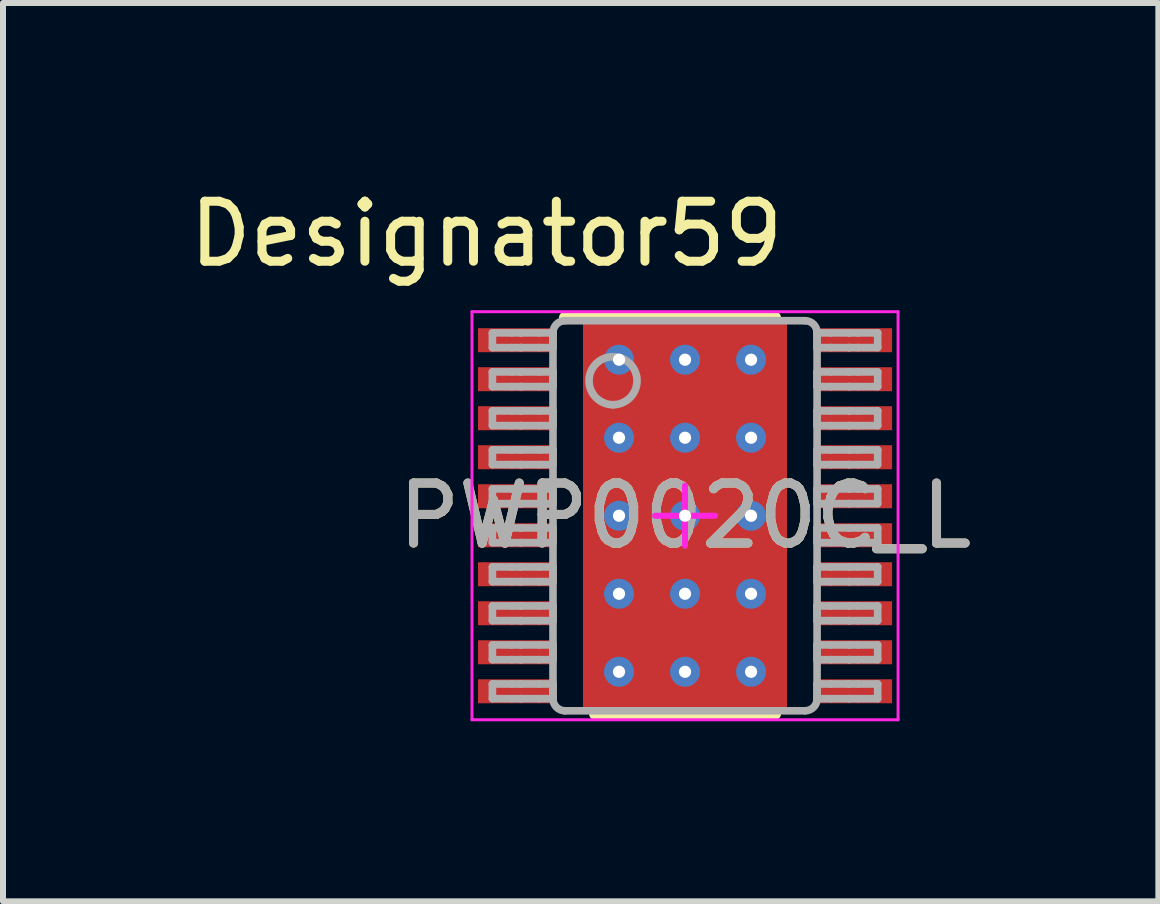
<source format=kicad_pcb>
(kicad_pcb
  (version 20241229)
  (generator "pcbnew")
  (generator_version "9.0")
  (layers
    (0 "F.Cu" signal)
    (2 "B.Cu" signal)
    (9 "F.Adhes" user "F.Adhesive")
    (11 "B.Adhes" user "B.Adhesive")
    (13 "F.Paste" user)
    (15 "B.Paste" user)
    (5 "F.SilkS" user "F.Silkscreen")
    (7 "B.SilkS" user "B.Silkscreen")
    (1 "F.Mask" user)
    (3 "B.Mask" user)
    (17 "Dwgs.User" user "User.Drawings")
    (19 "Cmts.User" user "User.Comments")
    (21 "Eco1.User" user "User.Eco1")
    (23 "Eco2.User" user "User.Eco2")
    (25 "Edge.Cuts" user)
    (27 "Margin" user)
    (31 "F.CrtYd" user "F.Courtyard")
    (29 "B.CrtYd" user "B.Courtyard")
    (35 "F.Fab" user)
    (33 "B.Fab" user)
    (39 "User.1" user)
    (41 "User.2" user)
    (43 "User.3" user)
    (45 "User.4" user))
  (footprint "PWP0020C_L"
    (layer "F.Cu")
    (at 8.365 5.544)
    (property "Reference" "PWP0020C_L" (at 0 0 0) (unlocked yes) (layer "F.SilkS") (effects (font (size 1 1) (thickness 0.15))))
    (attr smd)
    (fp_poly (pts (xy -1.2 1.642) (xy -1.2 -1.642) (xy -1.199 -1.651) (xy -1.196 -1.66) (xy -1.192 -1.669) (xy -1.186 -1.676) (xy -1.179 -1.682) (xy -1.17 -1.686) (xy -1.161 -1.689) (xy -1.152 -1.69) (xy 1.152 -1.69) (xy 1.161 -1.689) (xy 1.17 -1.686) (xy 1.179 -1.682) (xy 1.186 -1.676) (xy 1.192 -1.669) (xy 1.196 -1.66) (xy 1.199 -1.651) (xy 1.2 -1.642) (xy 1.2 1.642) (xy 1.199 1.651) (xy 1.196 1.66) (xy 1.192 1.669) (xy 1.186 1.676) (xy 1.179 1.682) (xy 1.17 1.686) (xy 1.161 1.689) (xy 1.152 1.69) (xy -1.152 1.69) (xy -1.161 1.689) (xy -1.17 1.686) (xy -1.179 1.682) (xy -1.186 1.676) (xy -1.192 1.669) (xy -1.196 1.66) (xy -1.199 1.651)) (stroke (width 0) (type solid)) (fill yes) (layer "F.Mask"))
    (fp_line (start -2 -3.3) (end 1.5 -3.3) (stroke (width 0.2) (type solid)) (layer "F.SilkS"))
    (fp_line (start -1.5 3.3) (end 1.5 3.3) (stroke (width 0.2) (type solid)) (layer "F.SilkS"))
    (fp_poly (pts (xy -1.2 1.642) (xy -1.2 -1.642) (xy -1.199 -1.651) (xy -1.196 -1.66) (xy -1.192 -1.669) (xy -1.186 -1.676) (xy -1.179 -1.682) (xy -1.17 -1.686) (xy -1.161 -1.689) (xy -1.152 -1.69) (xy 1.152 -1.69) (xy 1.161 -1.689) (xy 1.17 -1.686) (xy 1.179 -1.682) (xy 1.186 -1.676) (xy 1.192 -1.669) (xy 1.196 -1.66) (xy 1.199 -1.651) (xy 1.2 -1.642) (xy 1.2 1.642) (xy 1.199 1.651) (xy 1.196 1.66) (xy 1.192 1.669) (xy 1.186 1.676) (xy 1.179 1.682) (xy 1.17 1.686) (xy 1.161 1.689) (xy 1.152 1.69) (xy -1.152 1.69) (xy -1.161 1.689) (xy -1.17 1.686) (xy -1.179 1.682) (xy -1.186 1.676) (xy -1.192 1.669) (xy -1.196 1.66) (xy -1.199 1.651)) (stroke (width 0) (type solid)) (fill yes) (layer "F.Paste"))
    (fp_line (start -3.55 -3.4) (end 3.55 -3.4) (stroke (width 0.05) (type solid)) (layer "F.CrtYd"))
    (fp_line (start -3.55 3.4) (end -3.55 -3.4) (stroke (width 0.05) (type solid)) (layer "F.CrtYd"))
    (fp_line (start -3.55 3.4) (end 3.55 3.4) (stroke (width 0.05) (type solid)) (layer "F.CrtYd"))
    (fp_line (start -0.5 0) (end 0.5 0) (stroke (width 0.1) (type solid)) (layer "F.CrtYd"))
    (fp_line (start -0.000003 0.5) (end -0.000003 -0.5) (stroke (width 0.1) (type solid)) (layer "F.CrtYd"))
    (fp_line (start 3.55 3.4) (end 3.55 -3.4) (stroke (width 0.05) (type solid)) (layer "F.CrtYd"))
    (fp_line (start -3.21 -3.047) (end -2.887 -3.047) (stroke (width 0.127) (type solid)) (layer "F.Fab"))
    (fp_line (start -3.21 -2.802) (end -3.21 -3.047) (stroke (width 0.127) (type solid)) (layer "F.Fab"))
    (fp_line (start -3.21 -2.802) (end -2.887 -2.802) (stroke (width 0.127) (type solid)) (layer "F.Fab"))
    (fp_line (start -3.21 -2.397) (end -2.887 -2.397) (stroke (width 0.127) (type solid)) (layer "F.Fab"))
    (fp_line (start -3.21 -2.152) (end -3.21 -2.397) (stroke (width 0.127) (type solid)) (layer "F.Fab"))
    (fp_line (start -3.21 -2.152) (end -2.887 -2.152) (stroke (width 0.127) (type solid)) (layer "F.Fab"))
    (fp_line (start -3.21 -1.747) (end -2.887 -1.747) (stroke (width 0.127) (type solid)) (layer "F.Fab"))
    (fp_line (start -3.21 -1.502) (end -3.21 -1.747) (stroke (width 0.127) (type solid)) (layer "F.Fab"))
    (fp_line (start -3.21 -1.502) (end -2.887 -1.502) (stroke (width 0.127) (type solid)) (layer "F.Fab"))
    (fp_line (start -3.21 -1.097) (end -2.887 -1.097) (stroke (width 0.127) (type solid)) (layer "F.Fab"))
    (fp_line (start -3.21 -0.852) (end -3.21 -1.097) (stroke (width 0.127) (type solid)) (layer "F.Fab"))
    (fp_line (start -3.21 -0.852) (end -2.887 -0.852) (stroke (width 0.127) (type solid)) (layer "F.Fab"))
    (fp_line (start -3.21 -0.447) (end -2.887 -0.447) (stroke (width 0.127) (type solid)) (layer "F.Fab"))
    (fp_line (start -3.21 -0.202) (end -3.21 -0.447) (stroke (width 0.127) (type solid)) (layer "F.Fab"))
    (fp_line (start -3.21 -0.202) (end -2.887 -0.202) (stroke (width 0.127) (type solid)) (layer "F.Fab"))
    (fp_line (start -3.21 0.203) (end -2.887 0.203) (stroke (width 0.127) (type solid)) (layer "F.Fab"))
    (fp_line (start -3.21 0.448) (end -3.21 0.203) (stroke (width 0.127) (type solid)) (layer "F.Fab"))
    (fp_line (start -3.21 0.448) (end -2.887 0.448) (stroke (width 0.127) (type solid)) (layer "F.Fab"))
    (fp_line (start -3.21 0.853) (end -2.887 0.853) (stroke (width 0.127) (type solid)) (layer "F.Fab"))
    (fp_line (start -3.21 1.098) (end -3.21 0.853) (stroke (width 0.127) (type solid)) (layer "F.Fab"))
    (fp_line (start -3.21 1.098) (end -2.887 1.098) (stroke (width 0.127) (type solid)) (layer "F.Fab"))
    (fp_line (start -3.21 1.503) (end -2.887 1.503) (stroke (width 0.127) (type solid)) (layer "F.Fab"))
    (fp_line (start -3.21 1.748) (end -3.21 1.503) (stroke (width 0.127) (type solid)) (layer "F.Fab"))
    (fp_line (start -3.21 1.748) (end -2.887 1.748) (stroke (width 0.127) (type solid)) (layer "F.Fab"))
    (fp_line (start -3.21 2.153) (end -2.887 2.153) (stroke (width 0.127) (type solid)) (layer "F.Fab"))
    (fp_line (start -3.21 2.398) (end -3.21 2.153) (stroke (width 0.127) (type solid)) (layer "F.Fab"))
    (fp_line (start -3.21 2.398) (end -2.887 2.398) (stroke (width 0.127) (type solid)) (layer "F.Fab"))
    (fp_line (start -3.21 2.803) (end -2.887 2.803) (stroke (width 0.127) (type solid)) (layer "F.Fab"))
    (fp_line (start -3.21 3.048) (end -3.21 2.803) (stroke (width 0.127) (type solid)) (layer "F.Fab"))
    (fp_line (start -3.21 3.048) (end -2.887 3.048) (stroke (width 0.127) (type solid)) (layer "F.Fab"))
    (fp_line (start -2.887 -3.047) (end -2.739 -3.047) (stroke (width 0.127) (type solid)) (layer "F.Fab"))
    (fp_line (start -2.887 -2.802) (end -2.739 -2.802) (stroke (width 0.127) (type solid)) (layer "F.Fab"))
    (fp_line (start -2.887 -2.397) (end -2.739 -2.397) (stroke (width 0.127) (type solid)) (layer "F.Fab"))
    (fp_line (start -2.887 -2.152) (end -2.739 -2.152) (stroke (width 0.127) (type solid)) (layer "F.Fab"))
    (fp_line (start -2.887 -1.747) (end -2.739 -1.747) (stroke (width 0.127) (type solid)) (layer "F.Fab"))
    (fp_line (start -2.887 -1.502) (end -2.739 -1.502) (stroke (width 0.127) (type solid)) (layer "F.Fab"))
    (fp_line (start -2.887 -1.097) (end -2.739 -1.097) (stroke (width 0.127) (type solid)) (layer "F.Fab"))
    (fp_line (start -2.887 -0.852) (end -2.739 -0.852) (stroke (width 0.127) (type solid)) (layer "F.Fab"))
    (fp_line (start -2.887 -0.447) (end -2.739 -0.447) (stroke (width 0.127) (type solid)) (layer "F.Fab"))
    (fp_line (start -2.887 -0.202) (end -2.739 -0.202) (stroke (width 0.127) (type solid)) (layer "F.Fab"))
    (fp_line (start -2.887 0.203) (end -2.739 0.203) (stroke (width 0.127) (type solid)) (layer "F.Fab"))
    (fp_line (start -2.887 0.448) (end -2.739 0.448) (stroke (width 0.127) (type solid)) (layer "F.Fab"))
    (fp_line (start -2.887 0.853) (end -2.739 0.853) (stroke (width 0.127) (type solid)) (layer "F.Fab"))
    (fp_line (start -2.887 1.098) (end -2.739 1.098) (stroke (width 0.127) (type solid)) (layer "F.Fab"))
    (fp_line (start -2.887 1.503) (end -2.739 1.503) (stroke (width 0.127) (type solid)) (layer "F.Fab"))
    (fp_line (start -2.887 1.748) (end -2.739 1.748) (stroke (width 0.127) (type solid)) (layer "F.Fab"))
    (fp_line (start -2.887 2.153) (end -2.739 2.153) (stroke (width 0.127) (type solid)) (layer "F.Fab"))
    (fp_line (start -2.887 2.398) (end -2.739 2.398) (stroke (width 0.127) (type solid)) (layer "F.Fab"))
    (fp_line (start -2.887 2.803) (end -2.739 2.803) (stroke (width 0.127) (type solid)) (layer "F.Fab"))
    (fp_line (start -2.887 3.048) (end -2.739 3.048) (stroke (width 0.127) (type solid)) (layer "F.Fab"))
    (fp_line (start -2.739 -3.047) (end -2.733 -3.047) (stroke (width 0.127) (type solid)) (layer "F.Fab"))
    (fp_line (start -2.739 -2.802) (end -2.733 -2.802) (stroke (width 0.127) (type solid)) (layer "F.Fab"))
    (fp_line (start -2.739 -2.397) (end -2.733 -2.397) (stroke (width 0.127) (type solid)) (layer "F.Fab"))
    (fp_line (start -2.739 -2.152) (end -2.733 -2.152) (stroke (width 0.127) (type solid)) (layer "F.Fab"))
    (fp_line (start -2.739 -1.747) (end -2.733 -1.747) (stroke (width 0.127) (type solid)) (layer "F.Fab"))
    (fp_line (start -2.739 -1.502) (end -2.733 -1.502) (stroke (width 0.127) (type solid)) (layer "F.Fab"))
    (fp_line (start -2.739 -1.097) (end -2.733 -1.097) (stroke (width 0.127) (type solid)) (layer "F.Fab"))
    (fp_line (start -2.739 -0.852) (end -2.733 -0.852) (stroke (width 0.127) (type solid)) (layer "F.Fab"))
    (fp_line (start -2.739 -0.447) (end -2.733 -0.447) (stroke (width 0.127) (type solid)) (layer "F.Fab"))
    (fp_line (start -2.739 -0.202) (end -2.733 -0.202) (stroke (width 0.127) (type solid)) (layer "F.Fab"))
    (fp_line (start -2.739 0.203) (end -2.733 0.203) (stroke (width 0.127) (type solid)) (layer "F.Fab"))
    (fp_line (start -2.739 0.448) (end -2.733 0.448) (stroke (width 0.127) (type solid)) (layer "F.Fab"))
    (fp_line (start -2.739 0.853) (end -2.733 0.853) (stroke (width 0.127) (type solid)) (layer "F.Fab"))
    (fp_line (start -2.739 1.098) (end -2.733 1.098) (stroke (width 0.127) (type solid)) (layer "F.Fab"))
    (fp_line (start -2.739 1.503) (end -2.733 1.503) (stroke (width 0.127) (type solid)) (layer "F.Fab"))
    (fp_line (start -2.739 1.748) (end -2.733 1.748) (stroke (width 0.127) (type solid)) (layer "F.Fab"))
    (fp_line (start -2.739 2.153) (end -2.733 2.153) (stroke (width 0.127) (type solid)) (layer "F.Fab"))
    (fp_line (start -2.739 2.398) (end -2.733 2.398) (stroke (width 0.127) (type solid)) (layer "F.Fab"))
    (fp_line (start -2.739 2.803) (end -2.733 2.803) (stroke (width 0.127) (type solid)) (layer "F.Fab"))
    (fp_line (start -2.739 3.048) (end -2.733 3.048) (stroke (width 0.127) (type solid)) (layer "F.Fab"))
    (fp_line (start -2.733 -3.047) (end -2.431 -3.047) (stroke (width 0.127) (type solid)) (layer "F.Fab"))
    (fp_line (start -2.733 -2.802) (end -2.431 -2.802) (stroke (width 0.127) (type solid)) (layer "F.Fab"))
    (fp_line (start -2.733 -2.397) (end -2.431 -2.397) (stroke (width 0.127) (type solid)) (layer "F.Fab"))
    (fp_line (start -2.733 -2.152) (end -2.431 -2.152) (stroke (width 0.127) (type solid)) (layer "F.Fab"))
    (fp_line (start -2.733 -1.747) (end -2.431 -1.747) (stroke (width 0.127) (type solid)) (layer "F.Fab"))
    (fp_line (start -2.733 -1.502) (end -2.431 -1.502) (stroke (width 0.127) (type solid)) (layer "F.Fab"))
    (fp_line (start -2.733 -1.097) (end -2.431 -1.097) (stroke (width 0.127) (type solid)) (layer "F.Fab"))
    (fp_line (start -2.733 -0.852) (end -2.431 -0.852) (stroke (width 0.127) (type solid)) (layer "F.Fab"))
    (fp_line (start -2.733 -0.447) (end -2.431 -0.447) (stroke (width 0.127) (type solid)) (layer "F.Fab"))
    (fp_line (start -2.733 -0.202) (end -2.431 -0.202) (stroke (width 0.127) (type solid)) (layer "F.Fab"))
    (fp_line (start -2.733 0.203) (end -2.431 0.203) (stroke (width 0.127) (type solid)) (layer "F.Fab"))
    (fp_line (start -2.733 0.448) (end -2.431 0.448) (stroke (width 0.127) (type solid)) (layer "F.Fab"))
    (fp_line (start -2.733 0.853) (end -2.431 0.853) (stroke (width 0.127) (type solid)) (layer "F.Fab"))
    (fp_line (start -2.733 1.098) (end -2.431 1.098) (stroke (width 0.127) (type solid)) (layer "F.Fab"))
    (fp_line (start -2.733 1.503) (end -2.431 1.503) (stroke (width 0.127) (type solid)) (layer "F.Fab"))
    (fp_line (start -2.733 1.748) (end -2.431 1.748) (stroke (width 0.127) (type solid)) (layer "F.Fab"))
    (fp_line (start -2.733 2.153) (end -2.431 2.153) (stroke (width 0.127) (type solid)) (layer "F.Fab"))
    (fp_line (start -2.733 2.398) (end -2.431 2.398) (stroke (width 0.127) (type solid)) (layer "F.Fab"))
    (fp_line (start -2.733 2.803) (end -2.431 2.803) (stroke (width 0.127) (type solid)) (layer "F.Fab"))
    (fp_line (start -2.733 3.048) (end -2.431 3.048) (stroke (width 0.127) (type solid)) (layer "F.Fab"))
    (fp_line (start -2.431 -3.047) (end -2.2 -3.047) (stroke (width 0.127) (type solid)) (layer "F.Fab"))
    (fp_line (start -2.431 -2.802) (end -2.2 -2.802) (stroke (width 0.127) (type solid)) (layer "F.Fab"))
    (fp_line (start -2.431 -2.397) (end -2.2 -2.397) (stroke (width 0.127) (type solid)) (layer "F.Fab"))
    (fp_line (start -2.431 -2.152) (end -2.2 -2.152) (stroke (width 0.127) (type solid)) (layer "F.Fab"))
    (fp_line (start -2.431 -1.747) (end -2.2 -1.747) (stroke (width 0.127) (type solid)) (layer "F.Fab"))
    (fp_line (start -2.431 -1.502) (end -2.2 -1.502) (stroke (width 0.127) (type solid)) (layer "F.Fab"))
    (fp_line (start -2.431 -1.097) (end -2.2 -1.097) (stroke (width 0.127) (type solid)) (layer "F.Fab"))
    (fp_line (start -2.431 -0.852) (end -2.2 -0.852) (stroke (width 0.127) (type solid)) (layer "F.Fab"))
    (fp_line (start -2.431 -0.447) (end -2.2 -0.447) (stroke (width 0.127) (type solid)) (layer "F.Fab"))
    (fp_line (start -2.431 -0.202) (end -2.2 -0.202) (stroke (width 0.127) (type solid)) (layer "F.Fab"))
    (fp_line (start -2.431 0.203) (end -2.2 0.203) (stroke (width 0.127) (type solid)) (layer "F.Fab"))
    (fp_line (start -2.431 0.448) (end -2.2 0.448) (stroke (width 0.127) (type solid)) (layer "F.Fab"))
    (fp_line (start -2.431 0.853) (end -2.2 0.853) (stroke (width 0.127) (type solid)) (layer "F.Fab"))
    (fp_line (start -2.431 1.098) (end -2.2 1.098) (stroke (width 0.127) (type solid)) (layer "F.Fab"))
    (fp_line (start -2.431 1.503) (end -2.2 1.503) (stroke (width 0.127) (type solid)) (layer "F.Fab"))
    (fp_line (start -2.431 1.748) (end -2.2 1.748) (stroke (width 0.127) (type solid)) (layer "F.Fab"))
    (fp_line (start -2.431 2.153) (end -2.2 2.153) (stroke (width 0.127) (type solid)) (layer "F.Fab"))
    (fp_line (start -2.431 2.398) (end -2.2 2.398) (stroke (width 0.127) (type solid)) (layer "F.Fab"))
    (fp_line (start -2.431 2.803) (end -2.2 2.803) (stroke (width 0.127) (type solid)) (layer "F.Fab"))
    (fp_line (start -2.431 3.048) (end -2.2 3.048) (stroke (width 0.127) (type solid)) (layer "F.Fab"))
    (fp_line (start -2.2 -2.802) (end -2.2 -3.047) (stroke (width 0.127) (type solid)) (layer "F.Fab"))
    (fp_line (start -2.2 -2.152) (end -2.2 -2.397) (stroke (width 0.127) (type solid)) (layer "F.Fab"))
    (fp_line (start -2.2 -1.502) (end -2.2 -1.747) (stroke (width 0.127) (type solid)) (layer "F.Fab"))
    (fp_line (start -2.2 -0.852) (end -2.2 -1.097) (stroke (width 0.127) (type solid)) (layer "F.Fab"))
    (fp_line (start -2.2 -0.202) (end -2.2 -0.447) (stroke (width 0.127) (type solid)) (layer "F.Fab"))
    (fp_line (start -2.2 0.448) (end -2.2 0.203) (stroke (width 0.127) (type solid)) (layer "F.Fab"))
    (fp_line (start -2.2 1.098) (end -2.2 0.853) (stroke (width 0.127) (type solid)) (layer "F.Fab"))
    (fp_line (start -2.2 1.748) (end -2.2 1.503) (stroke (width 0.127) (type solid)) (layer "F.Fab"))
    (fp_line (start -2.2 2.398) (end -2.2 2.153) (stroke (width 0.127) (type solid)) (layer "F.Fab"))
    (fp_line (start -2.2 3.048) (end -2.2 2.803) (stroke (width 0.127) (type solid)) (layer "F.Fab"))
    (fp_line (start -2.2 3.05) (end -2.2 -3.05) (stroke (width 0.127) (type solid)) (layer "F.Fab"))
    (fp_line (start -2 -3.25) (end 2 -3.25) (stroke (width 0.127) (type solid)) (layer "F.Fab"))
    (fp_line (start -2 3.25) (end 2 3.25) (stroke (width 0.127) (type solid)) (layer "F.Fab"))
    (fp_line (start 2.2 -3.047) (end 2.43 -3.047) (stroke (width 0.127) (type solid)) (layer "F.Fab"))
    (fp_line (start 2.2 -2.802) (end 2.2 -3.047) (stroke (width 0.127) (type solid)) (layer "F.Fab"))
    (fp_line (start 2.2 -2.802) (end 2.43 -2.802) (stroke (width 0.127) (type solid)) (layer "F.Fab"))
    (fp_line (start 2.2 -2.397) (end 2.43 -2.397) (stroke (width 0.127) (type solid)) (layer "F.Fab"))
    (fp_line (start 2.2 -2.152) (end 2.2 -2.397) (stroke (width 0.127) (type solid)) (layer "F.Fab"))
    (fp_line (start 2.2 -2.152) (end 2.43 -2.152) (stroke (width 0.127) (type solid)) (layer "F.Fab"))
    (fp_line (start 2.2 -1.747) (end 2.43 -1.747) (stroke (width 0.127) (type solid)) (layer "F.Fab"))
    (fp_line (start 2.2 -1.502) (end 2.2 -1.747) (stroke (width 0.127) (type solid)) (layer "F.Fab"))
    (fp_line (start 2.2 -1.502) (end 2.43 -1.502) (stroke (width 0.127) (type solid)) (layer "F.Fab"))
    (fp_line (start 2.2 -1.097) (end 2.43 -1.097) (stroke (width 0.127) (type solid)) (layer "F.Fab"))
    (fp_line (start 2.2 -0.852) (end 2.2 -1.097) (stroke (width 0.127) (type solid)) (layer "F.Fab"))
    (fp_line (start 2.2 -0.852) (end 2.43 -0.852) (stroke (width 0.127) (type solid)) (layer "F.Fab"))
    (fp_line (start 2.2 -0.447) (end 2.43 -0.447) (stroke (width 0.127) (type solid)) (layer "F.Fab"))
    (fp_line (start 2.2 -0.202) (end 2.2 -0.447) (stroke (width 0.127) (type solid)) (layer "F.Fab"))
    (fp_line (start 2.2 -0.202) (end 2.43 -0.202) (stroke (width 0.127) (type solid)) (layer "F.Fab"))
    (fp_line (start 2.2 0.203) (end 2.43 0.203) (stroke (width 0.127) (type solid)) (layer "F.Fab"))
    (fp_line (start 2.2 0.448) (end 2.2 0.203) (stroke (width 0.127) (type solid)) (layer "F.Fab"))
    (fp_line (start 2.2 0.448) (end 2.43 0.448) (stroke (width 0.127) (type solid)) (layer "F.Fab"))
    (fp_line (start 2.2 0.853) (end 2.43 0.853) (stroke (width 0.127) (type solid)) (layer "F.Fab"))
    (fp_line (start 2.2 1.098) (end 2.2 0.853) (stroke (width 0.127) (type solid)) (layer "F.Fab"))
    (fp_line (start 2.2 1.098) (end 2.43 1.098) (stroke (width 0.127) (type solid)) (layer "F.Fab"))
    (fp_line (start 2.2 1.503) (end 2.43 1.503) (stroke (width 0.127) (type solid)) (layer "F.Fab"))
    (fp_line (start 2.2 1.748) (end 2.2 1.503) (stroke (width 0.127) (type solid)) (layer "F.Fab"))
    (fp_line (start 2.2 1.748) (end 2.43 1.748) (stroke (width 0.127) (type solid)) (layer "F.Fab"))
    (fp_line (start 2.2 2.153) (end 2.43 2.153) (stroke (width 0.127) (type solid)) (layer "F.Fab"))
    (fp_line (start 2.2 2.398) (end 2.2 2.153) (stroke (width 0.127) (type solid)) (layer "F.Fab"))
    (fp_line (start 2.2 2.398) (end 2.43 2.398) (stroke (width 0.127) (type solid)) (layer "F.Fab"))
    (fp_line (start 2.2 2.803) (end 2.43 2.803) (stroke (width 0.127) (type solid)) (layer "F.Fab"))
    (fp_line (start 2.2 3.048) (end 2.2 2.803) (stroke (width 0.127) (type solid)) (layer "F.Fab"))
    (fp_line (start 2.2 3.048) (end 2.43 3.048) (stroke (width 0.127) (type solid)) (layer "F.Fab"))
    (fp_line (start 2.2 3.05) (end 2.2 -3.05) (stroke (width 0.127) (type solid)) (layer "F.Fab"))
    (fp_line (start 2.43 -3.047) (end 2.733 -3.047) (stroke (width 0.127) (type solid)) (layer "F.Fab"))
    (fp_line (start 2.43 -2.802) (end 2.733 -2.802) (stroke (width 0.127) (type solid)) (layer "F.Fab"))
    (fp_line (start 2.43 -2.397) (end 2.733 -2.397) (stroke (width 0.127) (type solid)) (layer "F.Fab"))
    (fp_line (start 2.43 -2.152) (end 2.733 -2.152) (stroke (width 0.127) (type solid)) (layer "F.Fab"))
    (fp_line (start 2.43 -1.747) (end 2.733 -1.747) (stroke (width 0.127) (type solid)) (layer "F.Fab"))
    (fp_line (start 2.43 -1.502) (end 2.733 -1.502) (stroke (width 0.127) (type solid)) (layer "F.Fab"))
    (fp_line (start 2.43 -1.097) (end 2.733 -1.097) (stroke (width 0.127) (type solid)) (layer "F.Fab"))
    (fp_line (start 2.43 -0.852) (end 2.733 -0.852) (stroke (width 0.127) (type solid)) (layer "F.Fab"))
    (fp_line (start 2.43 -0.447) (end 2.733 -0.447) (stroke (width 0.127) (type solid)) (layer "F.Fab"))
    (fp_line (start 2.43 -0.202) (end 2.733 -0.202) (stroke (width 0.127) (type solid)) (layer "F.Fab"))
    (fp_line (start 2.43 0.203) (end 2.733 0.203) (stroke (width 0.127) (type solid)) (layer "F.Fab"))
    (fp_line (start 2.43 0.448) (end 2.733 0.448) (stroke (width 0.127) (type solid)) (layer "F.Fab"))
    (fp_line (start 2.43 0.853) (end 2.733 0.853) (stroke (width 0.127) (type solid)) (layer "F.Fab"))
    (fp_line (start 2.43 1.098) (end 2.733 1.098) (stroke (width 0.127) (type solid)) (layer "F.Fab"))
    (fp_line (start 2.43 1.503) (end 2.733 1.503) (stroke (width 0.127) (type solid)) (layer "F.Fab"))
    (fp_line (start 2.43 1.748) (end 2.733 1.748) (stroke (width 0.127) (type solid)) (layer "F.Fab"))
    (fp_line (start 2.43 2.153) (end 2.733 2.153) (stroke (width 0.127) (type solid)) (layer "F.Fab"))
    (fp_line (start 2.43 2.398) (end 2.733 2.398) (stroke (width 0.127) (type solid)) (layer "F.Fab"))
    (fp_line (start 2.43 2.803) (end 2.733 2.803) (stroke (width 0.127) (type solid)) (layer "F.Fab"))
    (fp_line (start 2.43 3.048) (end 2.733 3.048) (stroke (width 0.127) (type solid)) (layer "F.Fab"))
    (fp_line (start 2.733 -3.047) (end 2.739 -3.047) (stroke (width 0.127) (type solid)) (layer "F.Fab"))
    (fp_line (start 2.733 -2.802) (end 2.739 -2.802) (stroke (width 0.127) (type solid)) (layer "F.Fab"))
    (fp_line (start 2.733 -2.397) (end 2.739 -2.397) (stroke (width 0.127) (type solid)) (layer "F.Fab"))
    (fp_line (start 2.733 -2.152) (end 2.739 -2.152) (stroke (width 0.127) (type solid)) (layer "F.Fab"))
    (fp_line (start 2.733 -1.747) (end 2.739 -1.747) (stroke (width 0.127) (type solid)) (layer "F.Fab"))
    (fp_line (start 2.733 -1.502) (end 2.739 -1.502) (stroke (width 0.127) (type solid)) (layer "F.Fab"))
    (fp_line (start 2.733 -1.097) (end 2.739 -1.097) (stroke (width 0.127) (type solid)) (layer "F.Fab"))
    (fp_line (start 2.733 -0.852) (end 2.739 -0.852) (stroke (width 0.127) (type solid)) (layer "F.Fab"))
    (fp_line (start 2.733 -0.447) (end 2.739 -0.447) (stroke (width 0.127) (type solid)) (layer "F.Fab"))
    (fp_line (start 2.733 -0.202) (end 2.739 -0.202) (stroke (width 0.127) (type solid)) (layer "F.Fab"))
    (fp_line (start 2.733 0.203) (end 2.739 0.203) (stroke (width 0.127) (type solid)) (layer "F.Fab"))
    (fp_line (start 2.733 0.448) (end 2.739 0.448) (stroke (width 0.127) (type solid)) (layer "F.Fab"))
    (fp_line (start 2.733 0.853) (end 2.739 0.853) (stroke (width 0.127) (type solid)) (layer "F.Fab"))
    (fp_line (start 2.733 1.098) (end 2.739 1.098) (stroke (width 0.127) (type solid)) (layer "F.Fab"))
    (fp_line (start 2.733 1.503) (end 2.739 1.503) (stroke (width 0.127) (type solid)) (layer "F.Fab"))
    (fp_line (start 2.733 1.748) (end 2.739 1.748) (stroke (width 0.127) (type solid)) (layer "F.Fab"))
    (fp_line (start 2.733 2.153) (end 2.739 2.153) (stroke (width 0.127) (type solid)) (layer "F.Fab"))
    (fp_line (start 2.733 2.398) (end 2.739 2.398) (stroke (width 0.127) (type solid)) (layer "F.Fab"))
    (fp_line (start 2.733 2.803) (end 2.739 2.803) (stroke (width 0.127) (type solid)) (layer "F.Fab"))
    (fp_line (start 2.733 3.048) (end 2.739 3.048) (stroke (width 0.127) (type solid)) (layer "F.Fab"))
    (fp_line (start 2.739 -3.047) (end 2.887 -3.047) (stroke (width 0.127) (type solid)) (layer "F.Fab"))
    (fp_line (start 2.739 -2.802) (end 2.887 -2.802) (stroke (width 0.127) (type solid)) (layer "F.Fab"))
    (fp_line (start 2.739 -2.397) (end 2.887 -2.397) (stroke (width 0.127) (type solid)) (layer "F.Fab"))
    (fp_line (start 2.739 -2.152) (end 2.887 -2.152) (stroke (width 0.127) (type solid)) (layer "F.Fab"))
    (fp_line (start 2.739 -1.747) (end 2.887 -1.747) (stroke (width 0.127) (type solid)) (layer "F.Fab"))
    (fp_line (start 2.739 -1.502) (end 2.887 -1.502) (stroke (width 0.127) (type solid)) (layer "F.Fab"))
    (fp_line (start 2.739 -1.097) (end 2.887 -1.097) (stroke (width 0.127) (type solid)) (layer "F.Fab"))
    (fp_line (start 2.739 -0.852) (end 2.887 -0.852) (stroke (width 0.127) (type solid)) (layer "F.Fab"))
    (fp_line (start 2.739 -0.447) (end 2.887 -0.447) (stroke (width 0.127) (type solid)) (layer "F.Fab"))
    (fp_line (start 2.739 -0.202) (end 2.887 -0.202) (stroke (width 0.127) (type solid)) (layer "F.Fab"))
    (fp_line (start 2.739 0.203) (end 2.887 0.203) (stroke (width 0.127) (type solid)) (layer "F.Fab"))
    (fp_line (start 2.739 0.448) (end 2.887 0.448) (stroke (width 0.127) (type solid)) (layer "F.Fab"))
    (fp_line (start 2.739 0.853) (end 2.887 0.853) (stroke (width 0.127) (type solid)) (layer "F.Fab"))
    (fp_line (start 2.739 1.098) (end 2.887 1.098) (stroke (width 0.127) (type solid)) (layer "F.Fab"))
    (fp_line (start 2.739 1.503) (end 2.887 1.503) (stroke (width 0.127) (type solid)) (layer "F.Fab"))
    (fp_line (start 2.739 1.748) (end 2.887 1.748) (stroke (width 0.127) (type solid)) (layer "F.Fab"))
    (fp_line (start 2.739 2.153) (end 2.887 2.153) (stroke (width 0.127) (type solid)) (layer "F.Fab"))
    (fp_line (start 2.739 2.398) (end 2.887 2.398) (stroke (width 0.127) (type solid)) (layer "F.Fab"))
    (fp_line (start 2.739 2.803) (end 2.887 2.803) (stroke (width 0.127) (type solid)) (layer "F.Fab"))
    (fp_line (start 2.739 3.048) (end 2.887 3.048) (stroke (width 0.127) (type solid)) (layer "F.Fab"))
    (fp_line (start 2.887 -3.047) (end 3.21 -3.047) (stroke (width 0.127) (type solid)) (layer "F.Fab"))
    (fp_line (start 2.887 -2.802) (end 3.21 -2.802) (stroke (width 0.127) (type solid)) (layer "F.Fab"))
    (fp_line (start 2.887 -2.397) (end 3.21 -2.397) (stroke (width 0.127) (type solid)) (layer "F.Fab"))
    (fp_line (start 2.887 -2.152) (end 3.21 -2.152) (stroke (width 0.127) (type solid)) (layer "F.Fab"))
    (fp_line (start 2.887 -1.747) (end 3.21 -1.747) (stroke (width 0.127) (type solid)) (layer "F.Fab"))
    (fp_line (start 2.887 -1.502) (end 3.21 -1.502) (stroke (width 0.127) (type solid)) (layer "F.Fab"))
    (fp_line (start 2.887 -1.097) (end 3.21 -1.097) (stroke (width 0.127) (type solid)) (layer "F.Fab"))
    (fp_line (start 2.887 -0.852) (end 3.21 -0.852) (stroke (width 0.127) (type solid)) (layer "F.Fab"))
    (fp_line (start 2.887 -0.447) (end 3.21 -0.447) (stroke (width 0.127) (type solid)) (layer "F.Fab"))
    (fp_line (start 2.887 -0.202) (end 3.21 -0.202) (stroke (width 0.127) (type solid)) (layer "F.Fab"))
    (fp_line (start 2.887 0.203) (end 3.21 0.203) (stroke (width 0.127) (type solid)) (layer "F.Fab"))
    (fp_line (start 2.887 0.448) (end 3.21 0.448) (stroke (width 0.127) (type solid)) (layer "F.Fab"))
    (fp_line (start 2.887 0.853) (end 3.21 0.853) (stroke (width 0.127) (type solid)) (layer "F.Fab"))
    (fp_line (start 2.887 1.098) (end 3.21 1.098) (stroke (width 0.127) (type solid)) (layer "F.Fab"))
    (fp_line (start 2.887 1.503) (end 3.21 1.503) (stroke (width 0.127) (type solid)) (layer "F.Fab"))
    (fp_line (start 2.887 1.748) (end 3.21 1.748) (stroke (width 0.127) (type solid)) (layer "F.Fab"))
    (fp_line (start 2.887 2.153) (end 3.21 2.153) (stroke (width 0.127) (type solid)) (layer "F.Fab"))
    (fp_line (start 2.887 2.398) (end 3.21 2.398) (stroke (width 0.127) (type solid)) (layer "F.Fab"))
    (fp_line (start 2.887 2.803) (end 3.21 2.803) (stroke (width 0.127) (type solid)) (layer "F.Fab"))
    (fp_line (start 2.887 3.048) (end 3.21 3.048) (stroke (width 0.127) (type solid)) (layer "F.Fab"))
    (fp_line (start 3.21 -2.802) (end 3.21 -3.047) (stroke (width 0.127) (type solid)) (layer "F.Fab"))
    (fp_line (start 3.21 -2.152) (end 3.21 -2.397) (stroke (width 0.127) (type solid)) (layer "F.Fab"))
    (fp_line (start 3.21 -1.502) (end 3.21 -1.747) (stroke (width 0.127) (type solid)) (layer "F.Fab"))
    (fp_line (start 3.21 -0.852) (end 3.21 -1.097) (stroke (width 0.127) (type solid)) (layer "F.Fab"))
    (fp_line (start 3.21 -0.202) (end 3.21 -0.447) (stroke (width 0.127) (type solid)) (layer "F.Fab"))
    (fp_line (start 3.21 0.448) (end 3.21 0.203) (stroke (width 0.127) (type solid)) (layer "F.Fab"))
    (fp_line (start 3.21 1.098) (end 3.21 0.853) (stroke (width 0.127) (type solid)) (layer "F.Fab"))
    (fp_line (start 3.21 1.748) (end 3.21 1.503) (stroke (width 0.127) (type solid)) (layer "F.Fab"))
    (fp_line (start 3.21 2.398) (end 3.21 2.153) (stroke (width 0.127) (type solid)) (layer "F.Fab"))
    (fp_line (start 3.21 3.048) (end 3.21 2.803) (stroke (width 0.127) (type solid)) (layer "F.Fab"))
    (fp_arc (start -2.200001 -3.049986) (mid -2.141422 -3.191407) (end -2.000001 -3.249986) (stroke (width 0.127) (type solid)) (layer "F.Fab"))
    (fp_arc (start -2.000001 3.250001) (mid -2.141422 3.191423) (end -2.200001 3.050002) (stroke (width 0.127) (type solid)) (layer "F.Fab"))
    (fp_arc (start -1.200003 -2.649987) (mid -0.800003 -2.249988) (end -1.200003 -1.849989) (stroke (width 0.127) (type solid)) (layer "F.Fab"))
    (fp_arc (start -1.200003 -1.849989) (mid -1.600002 -2.249988) (end -1.200003 -2.649987) (stroke (width 0.127) (type solid)) (layer "F.Fab"))
    (fp_arc (start 1.999991 -3.249986) (mid 2.141412 -3.191407) (end 2.199991 -3.049986) (stroke (width 0.127) (type solid)) (layer "F.Fab"))
    (fp_arc (start 2.199991 3.050002) (mid 2.141412 3.191423) (end 1.999991 3.250001) (stroke (width 0.127) (type solid)) (layer "F.Fab"))
    (fp_text user "Designator59" (at -3.311 -4.696 0) (unlocked yes) (layer "F.SilkS") (effects (font (size 1 1) (thickness 0.15))))
    (fp_text user "${REFERENCE}" (at 0 0 0) (unlocked yes) (layer "F.Fab") (effects (font (size 1 1) (thickness 0.15))))
    (pad "1" smd rect (at -2.85 -2.925 90) (size 0.4 1.2) (layers "F.Cu" "F.Mask" "F.Paste"))
    (pad "2" smd rect (at -2.85 -2.275 90) (size 0.4 1.2) (layers "F.Cu" "F.Mask" "F.Paste"))
    (pad "3" smd rect (at -2.85 -1.625 90) (size 0.4 1.2) (layers "F.Cu" "F.Mask" "F.Paste"))
    (pad "4" smd rect (at -2.85 -0.975 90) (size 0.4 1.2) (layers "F.Cu" "F.Mask" "F.Paste"))
    (pad "5" smd rect (at -2.85 -0.325 90) (size 0.4 1.2) (layers "F.Cu" "F.Mask" "F.Paste"))
    (pad "6" smd rect (at -2.85 0.325 90) (size 0.4 1.2) (layers "F.Cu" "F.Mask" "F.Paste"))
    (pad "7" smd rect (at -2.85 0.975 90) (size 0.4 1.2) (layers "F.Cu" "F.Mask" "F.Paste"))
    (pad "8" smd rect (at -2.85 1.625 90) (size 0.4 1.2) (layers "F.Cu" "F.Mask" "F.Paste"))
    (pad "9" smd rect (at -2.85 2.275 90) (size 0.4 1.2) (layers "F.Cu" "F.Mask" "F.Paste"))
    (pad "10" smd rect (at -2.85 2.925 90) (size 0.4 1.2) (layers "F.Cu" "F.Mask" "F.Paste"))
    (pad "11" smd rect (at 2.85 2.925 90) (size 0.4 1.2) (layers "F.Cu" "F.Mask" "F.Paste"))
    (pad "12" smd rect (at 2.85 2.275 90) (size 0.4 1.2) (layers "F.Cu" "F.Mask" "F.Paste"))
    (pad "13" smd rect (at 2.85 1.625 90) (size 0.4 1.2) (layers "F.Cu" "F.Mask" "F.Paste"))
    (pad "14" smd rect (at 2.85 0.975 90) (size 0.4 1.2) (layers "F.Cu" "F.Mask" "F.Paste"))
    (pad "15" smd rect (at 2.85 0.325 90) (size 0.4 1.2) (layers "F.Cu" "F.Mask" "F.Paste"))
    (pad "16" smd rect (at 2.85 -0.325 90) (size 0.4 1.2) (layers "F.Cu" "F.Mask" "F.Paste"))
    (pad "17" smd rect (at 2.85 -0.975 90) (size 0.4 1.2) (layers "F.Cu" "F.Mask" "F.Paste"))
    (pad "18" smd rect (at 2.85 -1.625 90) (size 0.4 1.2) (layers "F.Cu" "F.Mask" "F.Paste"))
    (pad "19" smd rect (at 2.85 -2.275 90) (size 0.4 1.2) (layers "F.Cu" "F.Mask" "F.Paste"))
    (pad "20" smd rect (at 2.85 -2.925 90) (size 0.4 1.2) (layers "F.Cu" "F.Mask" "F.Paste"))
    (pad "21" smd rect (at 0 0) (size 3.4 6.5) (layers "F.Cu" "F.Mask" "F.Paste"))
    (pad "V" thru_hole circle (at -1.1 -2.6) (size 0.5 0.5) (drill 0.203) (layers "*.Cu" "*.Mask"))
    (pad "V" thru_hole circle (at -1.1 -1.3) (size 0.5 0.5) (drill 0.203) (layers "*.Cu" "*.Mask"))
    (pad "V" thru_hole circle (at -1.1 0) (size 0.5 0.5) (drill 0.203) (layers "*.Cu" "*.Mask"))
    (pad "V" thru_hole circle (at -1.1 1.3) (size 0.5 0.5) (drill 0.203) (layers "*.Cu" "*.Mask"))
    (pad "V" thru_hole circle (at -1.1 2.6) (size 0.5 0.5) (drill 0.203) (layers "*.Cu" "*.Mask"))
    (pad "V" thru_hole circle (at 0 -2.6) (size 0.5 0.5) (drill 0.203) (layers "*.Cu" "*.Mask"))
    (pad "V" thru_hole circle (at 0 -1.3) (size 0.5 0.5) (drill 0.203) (layers "*.Cu" "*.Mask"))
    (pad "V" thru_hole circle (at 0 0) (size 0.5 0.5) (drill 0.203) (layers "*.Cu" "*.Mask"))
    (pad "V" thru_hole circle (at 0 1.3) (size 0.5 0.5) (drill 0.203) (layers "*.Cu" "*.Mask"))
    (pad "V" thru_hole circle (at 0 2.6) (size 0.5 0.5) (drill 0.203) (layers "*.Cu" "*.Mask"))
    (pad "V" thru_hole circle (at 1.1 -2.6) (size 0.5 0.5) (drill 0.203) (layers "*.Cu" "*.Mask"))
    (pad "V" thru_hole circle (at 1.1 -1.3) (size 0.5 0.5) (drill 0.203) (layers "*.Cu" "*.Mask"))
    (pad "V" thru_hole circle (at 1.1 0) (size 0.5 0.5) (drill 0.203) (layers "*.Cu" "*.Mask"))
    (pad "V" thru_hole circle (at 1.1 1.3) (size 0.5 0.5) (drill 0.203) (layers "*.Cu" "*.Mask"))
    (pad "V" thru_hole circle (at 1.1 2.6) (size 0.5 0.5) (drill 0.203) (layers "*.Cu" "*.Mask")))
  (gr_rect
    (start -3 -3)
    (end 16.252 11.969)
    (stroke (width 0.1) (type default))
    (fill no)
    (layer "Edge.Cuts")))
</source>
